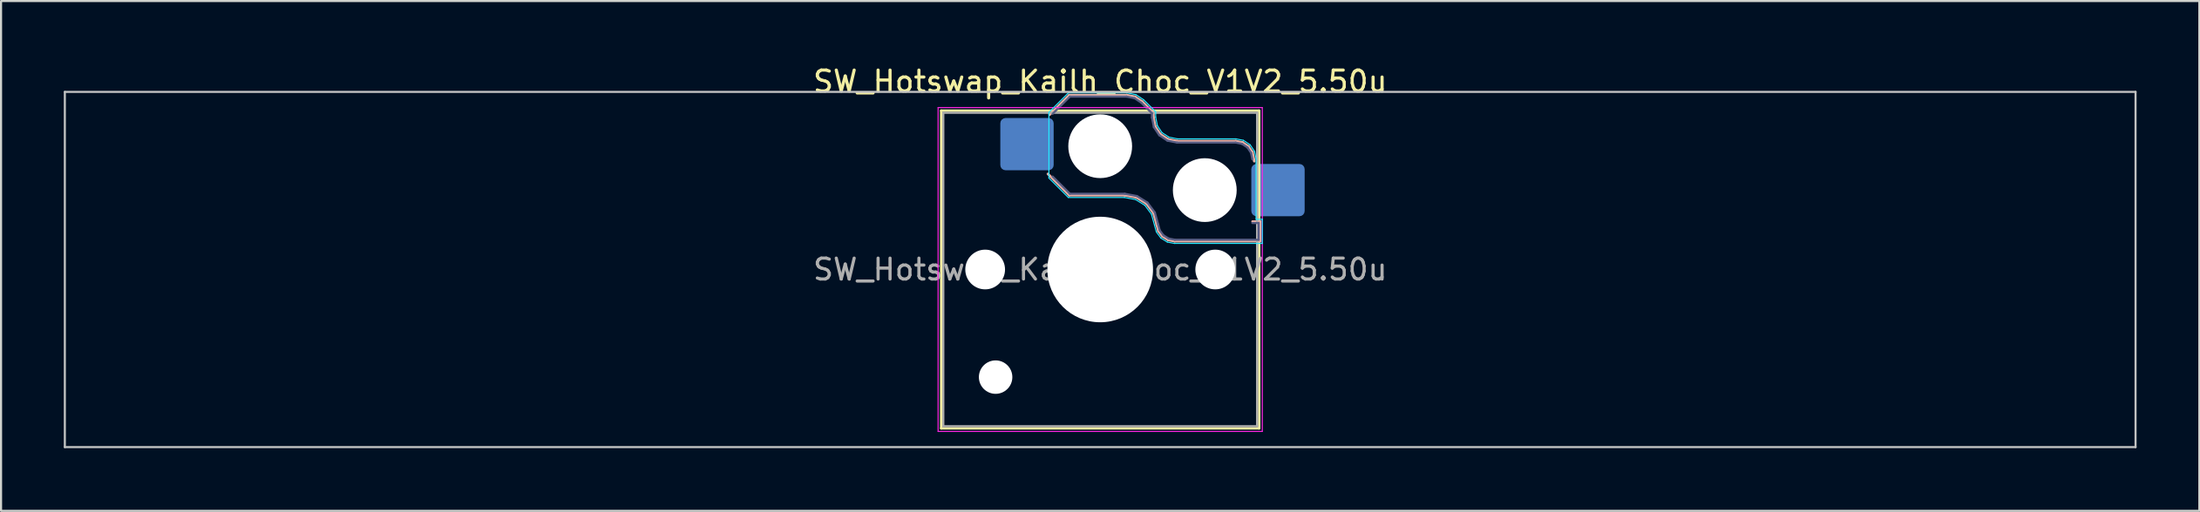
<source format=kicad_pcb>
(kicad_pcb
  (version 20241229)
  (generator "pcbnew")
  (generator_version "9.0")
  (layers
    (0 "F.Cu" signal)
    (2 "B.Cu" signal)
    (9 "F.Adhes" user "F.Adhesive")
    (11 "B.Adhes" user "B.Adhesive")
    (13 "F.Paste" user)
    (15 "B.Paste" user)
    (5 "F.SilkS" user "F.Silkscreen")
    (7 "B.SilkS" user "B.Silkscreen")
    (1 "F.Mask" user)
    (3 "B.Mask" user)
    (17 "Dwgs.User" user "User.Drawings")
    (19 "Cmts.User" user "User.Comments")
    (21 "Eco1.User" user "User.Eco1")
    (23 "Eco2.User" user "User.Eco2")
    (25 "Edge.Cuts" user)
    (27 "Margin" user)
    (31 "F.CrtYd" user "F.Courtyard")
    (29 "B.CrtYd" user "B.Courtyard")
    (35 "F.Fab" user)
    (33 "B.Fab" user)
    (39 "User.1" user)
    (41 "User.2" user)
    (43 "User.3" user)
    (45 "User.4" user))
  (footprint "SW_Hotswap_Kailh_Choc_V1V2_5.50u"
    (layer "F.Cu")
    (at 49.55 9.848)
    (property "Reference" "SW_Hotswap_Kailh_Choc_V1V2_5.50u" (at 0 -9 0) (layer "F.SilkS") (effects (font (size 1 1) (thickness 0.15))))
    (attr smd)
    (fp_line (start -7.6 -7.6) (end -7.6 7.6) (stroke (width 0.12) (type solid)) (layer "F.SilkS"))
    (fp_line (start -7.6 7.6) (end 7.6 7.6) (stroke (width 0.12) (type solid)) (layer "F.SilkS"))
    (fp_line (start 7.6 -7.6) (end -7.6 -7.6) (stroke (width 0.12) (type solid)) (layer "F.SilkS"))
    (fp_line (start 7.6 7.6) (end 7.6 -7.6) (stroke (width 0.12) (type solid)) (layer "F.SilkS"))
    (fp_line (start -2.416 -7.409) (end -1.479 -8.346) (stroke (width 0.12) (type solid)) (layer "B.SilkS"))
    (fp_line (start -1.479 -8.346) (end 1.268 -8.346) (stroke (width 0.12) (type solid)) (layer "B.SilkS"))
    (fp_line (start -1.479 -3.554) (end -2.5 -4.575) (stroke (width 0.12) (type solid)) (layer "B.SilkS"))
    (fp_line (start 1.168 -3.554) (end -1.479 -3.554) (stroke (width 0.12) (type solid)) (layer "B.SilkS"))
    (fp_line (start 1.268 -8.346) (end 1.671 -8.266) (stroke (width 0.12) (type solid)) (layer "B.SilkS"))
    (fp_line (start 1.671 -8.266) (end 2.013 -8.037) (stroke (width 0.12) (type solid)) (layer "B.SilkS"))
    (fp_line (start 1.73 -3.449) (end 1.168 -3.554) (stroke (width 0.12) (type solid)) (layer "B.SilkS"))
    (fp_line (start 2.013 -8.037) (end 2.546 -7.504) (stroke (width 0.12) (type solid)) (layer "B.SilkS"))
    (fp_line (start 2.209 -3.15) (end 1.73 -3.449) (stroke (width 0.12) (type solid)) (layer "B.SilkS"))
    (fp_line (start 2.546 -7.504) (end 2.546 -7.282) (stroke (width 0.12) (type solid)) (layer "B.SilkS"))
    (fp_line (start 2.546 -7.282) (end 2.633 -6.844) (stroke (width 0.12) (type solid)) (layer "B.SilkS"))
    (fp_line (start 2.547 -2.697) (end 2.209 -3.15) (stroke (width 0.12) (type solid)) (layer "B.SilkS"))
    (fp_line (start 2.633 -6.844) (end 2.877 -6.477) (stroke (width 0.12) (type solid)) (layer "B.SilkS"))
    (fp_line (start 2.701 -2.139) (end 2.547 -2.697) (stroke (width 0.12) (type solid)) (layer "B.SilkS"))
    (fp_line (start 2.783 -1.841) (end 2.701 -2.139) (stroke (width 0.12) (type solid)) (layer "B.SilkS"))
    (fp_line (start 2.877 -6.477) (end 3.244 -6.233) (stroke (width 0.12) (type solid)) (layer "B.SilkS"))
    (fp_line (start 2.976 -1.583) (end 2.783 -1.841) (stroke (width 0.12) (type solid)) (layer "B.SilkS"))
    (fp_line (start 3.244 -6.233) (end 3.682 -6.146) (stroke (width 0.12) (type solid)) (layer "B.SilkS"))
    (fp_line (start 3.25 -1.413) (end 2.976 -1.583) (stroke (width 0.12) (type solid)) (layer "B.SilkS"))
    (fp_line (start 3.56 -1.354) (end 3.25 -1.413) (stroke (width 0.12) (type solid)) (layer "B.SilkS"))
    (fp_line (start 3.682 -6.146) (end 6.482 -6.146) (stroke (width 0.12) (type solid)) (layer "B.SilkS"))
    (fp_line (start 6.482 -6.146) (end 6.809 -6.081) (stroke (width 0.12) (type solid)) (layer "B.SilkS"))
    (fp_line (start 6.809 -6.081) (end 7.092 -5.892) (stroke (width 0.12) (type solid)) (layer "B.SilkS"))
    (fp_line (start 7.092 -5.892) (end 7.281 -5.609) (stroke (width 0.12) (type solid)) (layer "B.SilkS"))
    (fp_line (start 7.281 -5.609) (end 7.366 -5.182) (stroke (width 0.12) (type solid)) (layer "B.SilkS"))
    (fp_line (start 7.283 -2.296) (end 7.646 -2.296) (stroke (width 0.12) (type solid)) (layer "B.SilkS"))
    (fp_line (start 7.646 -2.296) (end 7.646 -1.354) (stroke (width 0.12) (type solid)) (layer "B.SilkS"))
    (fp_line (start 7.646 -1.354) (end 3.56 -1.354) (stroke (width 0.12) (type solid)) (layer "B.SilkS"))
    (fp_line (start -49.5 -8.5) (end -49.5 8.5) (stroke (width 0.1) (type solid)) (layer "Dwgs.User"))
    (fp_line (start -49.5 8.5) (end 49.5 8.5) (stroke (width 0.1) (type solid)) (layer "Dwgs.User"))
    (fp_line (start 49.5 -8.5) (end -49.5 -8.5) (stroke (width 0.1) (type solid)) (layer "Dwgs.User"))
    (fp_line (start 49.5 8.5) (end 49.5 -8.5) (stroke (width 0.1) (type solid)) (layer "Dwgs.User"))
    (fp_line (start -7.25 -7.25) (end -7.25 7.25) (stroke (width 0.1) (type solid)) (layer "Eco1.User"))
    (fp_line (start -7.25 7.25) (end 7.25 7.25) (stroke (width 0.1) (type solid)) (layer "Eco1.User"))
    (fp_line (start 7.25 -7.25) (end -7.25 -7.25) (stroke (width 0.1) (type solid)) (layer "Eco1.User"))
    (fp_line (start 7.25 7.25) (end 7.25 -7.25) (stroke (width 0.1) (type solid)) (layer "Eco1.User"))
    (fp_line (start -2.452 -7.523) (end -1.523 -8.452) (stroke (width 0.05) (type solid)) (layer "B.CrtYd"))
    (fp_line (start -2.452 -4.377) (end -2.452 -7.523) (stroke (width 0.05) (type solid)) (layer "B.CrtYd"))
    (fp_line (start -1.523 -8.452) (end 1.278 -8.452) (stroke (width 0.05) (type solid)) (layer "B.CrtYd"))
    (fp_line (start -1.523 -3.448) (end -2.452 -4.377) (stroke (width 0.05) (type solid)) (layer "B.CrtYd"))
    (fp_line (start 1.159 -3.448) (end -1.523 -3.448) (stroke (width 0.05) (type solid)) (layer "B.CrtYd"))
    (fp_line (start 1.278 -8.452) (end 1.712 -8.366) (stroke (width 0.05) (type solid)) (layer "B.CrtYd"))
    (fp_line (start 1.691 -3.348) (end 1.159 -3.448) (stroke (width 0.05) (type solid)) (layer "B.CrtYd"))
    (fp_line (start 1.712 -8.366) (end 2.081 -8.119) (stroke (width 0.05) (type solid)) (layer "B.CrtYd"))
    (fp_line (start 2.081 -8.119) (end 2.652 -7.548) (stroke (width 0.05) (type solid)) (layer "B.CrtYd"))
    (fp_line (start 2.136 -3.071) (end 1.691 -3.348) (stroke (width 0.05) (type solid)) (layer "B.CrtYd"))
    (fp_line (start 2.45 -2.65) (end 2.136 -3.071) (stroke (width 0.05) (type solid)) (layer "B.CrtYd"))
    (fp_line (start 2.599 -2.111) (end 2.45 -2.65) (stroke (width 0.05) (type solid)) (layer "B.CrtYd"))
    (fp_line (start 2.652 -7.548) (end 2.652 -7.292) (stroke (width 0.05) (type solid)) (layer "B.CrtYd"))
    (fp_line (start 2.652 -7.292) (end 2.733 -6.885) (stroke (width 0.05) (type solid)) (layer "B.CrtYd"))
    (fp_line (start 2.687 -1.794) (end 2.599 -2.111) (stroke (width 0.05) (type solid)) (layer "B.CrtYd"))
    (fp_line (start 2.733 -6.885) (end 2.953 -6.553) (stroke (width 0.05) (type solid)) (layer "B.CrtYd"))
    (fp_line (start 2.903 -1.503) (end 2.687 -1.794) (stroke (width 0.05) (type solid)) (layer "B.CrtYd"))
    (fp_line (start 2.953 -6.553) (end 3.285 -6.333) (stroke (width 0.05) (type solid)) (layer "B.CrtYd"))
    (fp_line (start 3.211 -1.312) (end 2.903 -1.503) (stroke (width 0.05) (type solid)) (layer "B.CrtYd"))
    (fp_line (start 3.285 -6.333) (end 3.692 -6.252) (stroke (width 0.05) (type solid)) (layer "B.CrtYd"))
    (fp_line (start 3.55 -1.248) (end 3.211 -1.312) (stroke (width 0.05) (type solid)) (layer "B.CrtYd"))
    (fp_line (start 3.692 -6.252) (end 6.492 -6.252) (stroke (width 0.05) (type solid)) (layer "B.CrtYd"))
    (fp_line (start 6.492 -6.252) (end 6.85 -6.181) (stroke (width 0.05) (type solid)) (layer "B.CrtYd"))
    (fp_line (start 6.85 -6.181) (end 7.168 -5.968) (stroke (width 0.05) (type solid)) (layer "B.CrtYd"))
    (fp_line (start 7.168 -5.968) (end 7.381 -5.65) (stroke (width 0.05) (type solid)) (layer "B.CrtYd"))
    (fp_line (start 7.381 -5.65) (end 7.452 -5.292) (stroke (width 0.05) (type solid)) (layer "B.CrtYd"))
    (fp_line (start 7.452 -5.292) (end 7.452 -2.402) (stroke (width 0.05) (type solid)) (layer "B.CrtYd"))
    (fp_line (start 7.452 -2.402) (end 7.752 -2.402) (stroke (width 0.05) (type solid)) (layer "B.CrtYd"))
    (fp_line (start 7.752 -2.402) (end 7.752 -1.248) (stroke (width 0.05) (type solid)) (layer "B.CrtYd"))
    (fp_line (start 7.752 -1.248) (end 3.55 -1.248) (stroke (width 0.05) (type solid)) (layer "B.CrtYd"))
    (fp_line (start -7.75 -7.75) (end -7.75 7.75) (stroke (width 0.05) (type solid)) (layer "F.CrtYd"))
    (fp_line (start -7.75 7.75) (end 7.75 7.75) (stroke (width 0.05) (type solid)) (layer "F.CrtYd"))
    (fp_line (start 7.75 -7.75) (end -7.75 -7.75) (stroke (width 0.05) (type solid)) (layer "F.CrtYd"))
    (fp_line (start 7.75 7.75) (end 7.75 -7.75) (stroke (width 0.05) (type solid)) (layer "F.CrtYd"))
    (fp_line (start -2.275 -7.45) (end -1.45 -8.275) (stroke (width 0.1) (type solid)) (layer "B.Fab"))
    (fp_line (start -1.45 -8.275) (end 1.261 -8.275) (stroke (width 0.1) (type solid)) (layer "B.Fab"))
    (fp_line (start -1.45 -3.625) (end -2.275 -4.45) (stroke (width 0.1) (type solid)) (layer "B.Fab"))
    (fp_line (start 1.175 -3.625) (end -1.45 -3.625) (stroke (width 0.1) (type solid)) (layer "B.Fab"))
    (fp_line (start 1.261 -8.275) (end 1.643 -8.199) (stroke (width 0.1) (type solid)) (layer "B.Fab"))
    (fp_line (start 1.643 -8.199) (end 1.968 -7.982) (stroke (width 0.1) (type solid)) (layer "B.Fab"))
    (fp_line (start 1.756 -3.516) (end 1.175 -3.625) (stroke (width 0.1) (type solid)) (layer "B.Fab"))
    (fp_line (start 1.968 -7.982) (end 2.475 -7.475) (stroke (width 0.1) (type solid)) (layer "B.Fab"))
    (fp_line (start 2.258 -3.203) (end 1.756 -3.516) (stroke (width 0.1) (type solid)) (layer "B.Fab"))
    (fp_line (start 2.475 -7.475) (end 2.475 -7.275) (stroke (width 0.1) (type solid)) (layer "B.Fab"))
    (fp_line (start 2.475 -7.275) (end 2.566 -6.816) (stroke (width 0.1) (type solid)) (layer "B.Fab"))
    (fp_line (start 2.566 -6.816) (end 2.826 -6.426) (stroke (width 0.1) (type solid)) (layer "B.Fab"))
    (fp_line (start 2.612 -2.729) (end 2.258 -3.203) (stroke (width 0.1) (type solid)) (layer "B.Fab"))
    (fp_line (start 2.769 -2.158) (end 2.612 -2.729) (stroke (width 0.1) (type solid)) (layer "B.Fab"))
    (fp_line (start 2.826 -6.426) (end 3.216 -6.166) (stroke (width 0.1) (type solid)) (layer "B.Fab"))
    (fp_line (start 2.848 -1.873) (end 2.769 -2.158) (stroke (width 0.1) (type solid)) (layer "B.Fab"))
    (fp_line (start 3.025 -1.636) (end 2.848 -1.873) (stroke (width 0.1) (type solid)) (layer "B.Fab"))
    (fp_line (start 3.216 -6.166) (end 3.675 -6.075) (stroke (width 0.1) (type solid)) (layer "B.Fab"))
    (fp_line (start 3.276 -1.48) (end 3.025 -1.636) (stroke (width 0.1) (type solid)) (layer "B.Fab"))
    (fp_line (start 3.567 -1.425) (end 3.276 -1.48) (stroke (width 0.1) (type solid)) (layer "B.Fab"))
    (fp_line (start 3.675 -6.075) (end 6.475 -6.075) (stroke (width 0.1) (type solid)) (layer "B.Fab"))
    (fp_line (start 6.475 -6.075) (end 6.781 -6.014) (stroke (width 0.1) (type solid)) (layer "B.Fab"))
    (fp_line (start 6.781 -6.014) (end 7.041 -5.841) (stroke (width 0.1) (type solid)) (layer "B.Fab"))
    (fp_line (start 7.041 -5.841) (end 7.214 -5.581) (stroke (width 0.1) (type solid)) (layer "B.Fab"))
    (fp_line (start 7.214 -5.581) (end 7.275 -5.275) (stroke (width 0.1) (type solid)) (layer "B.Fab"))
    (fp_line (start 7.275 -2.225) (end 7.575 -2.225) (stroke (width 0.1) (type solid)) (layer "B.Fab"))
    (fp_line (start 7.575 -2.225) (end 7.575 -1.425) (stroke (width 0.1) (type solid)) (layer "B.Fab"))
    (fp_line (start 7.575 -1.425) (end 3.567 -1.425) (stroke (width 0.1) (type solid)) (layer "B.Fab"))
    (fp_line (start -7.5 -7.5) (end -7.5 7.5) (stroke (width 0.1) (type solid)) (layer "F.Fab"))
    (fp_line (start -7.5 7.5) (end 7.5 7.5) (stroke (width 0.1) (type solid)) (layer "F.Fab"))
    (fp_line (start 7.5 -7.5) (end -7.5 -7.5) (stroke (width 0.1) (type solid)) (layer "F.Fab"))
    (fp_line (start 7.5 7.5) (end 7.5 -7.5) (stroke (width 0.1) (type solid)) (layer "F.Fab"))
    (fp_text user "${REFERENCE}" (at 0 0 0) (layer "F.Fab") (effects (font (size 1 1) (thickness 0.15))))
    (pad "" np_thru_hole circle (at -5.5 0) (size 1.9 1.9) (drill 1.9) (layers "*.Cu" "*.Mask"))
    (pad "" np_thru_hole circle (at -5 5.15) (size 1.6 1.6) (drill 1.6) (layers "*.Cu" "*.Mask"))
    (pad "" np_thru_hole circle (at 0 -5.9) (size 3.05 3.05) (drill 3.05) (layers "*.Cu" "*.Mask"))
    (pad "" np_thru_hole circle (at 0 0) (size 5.05 5.05) (drill 5.05) (layers "*.Cu" "*.Mask"))
    (pad "" np_thru_hole circle (at 5 -3.8) (size 3.05 3.05) (drill 3.05) (layers "*.Cu" "*.Mask"))
    (pad "" np_thru_hole circle (at 5.5 0) (size 1.9 1.9) (drill 1.9) (layers "*.Cu" "*.Mask"))
    (pad "1" smd roundrect (at -3.5 -6) (size 2.55 2.5) (layers "B.Cu" "B.Mask" "B.Paste") (roundrect_rratio 0.1))
    (pad "2" smd roundrect (at 8.5 -3.8) (size 2.55 2.5) (layers "B.Cu" "B.Mask" "B.Paste") (roundrect_rratio 0.1)))
  (gr_rect
    (start -3 -3)
    (end 102.1 21.398)
    (stroke (width 0.1) (type default))
    (fill no)
    (layer "Edge.Cuts")))
</source>
